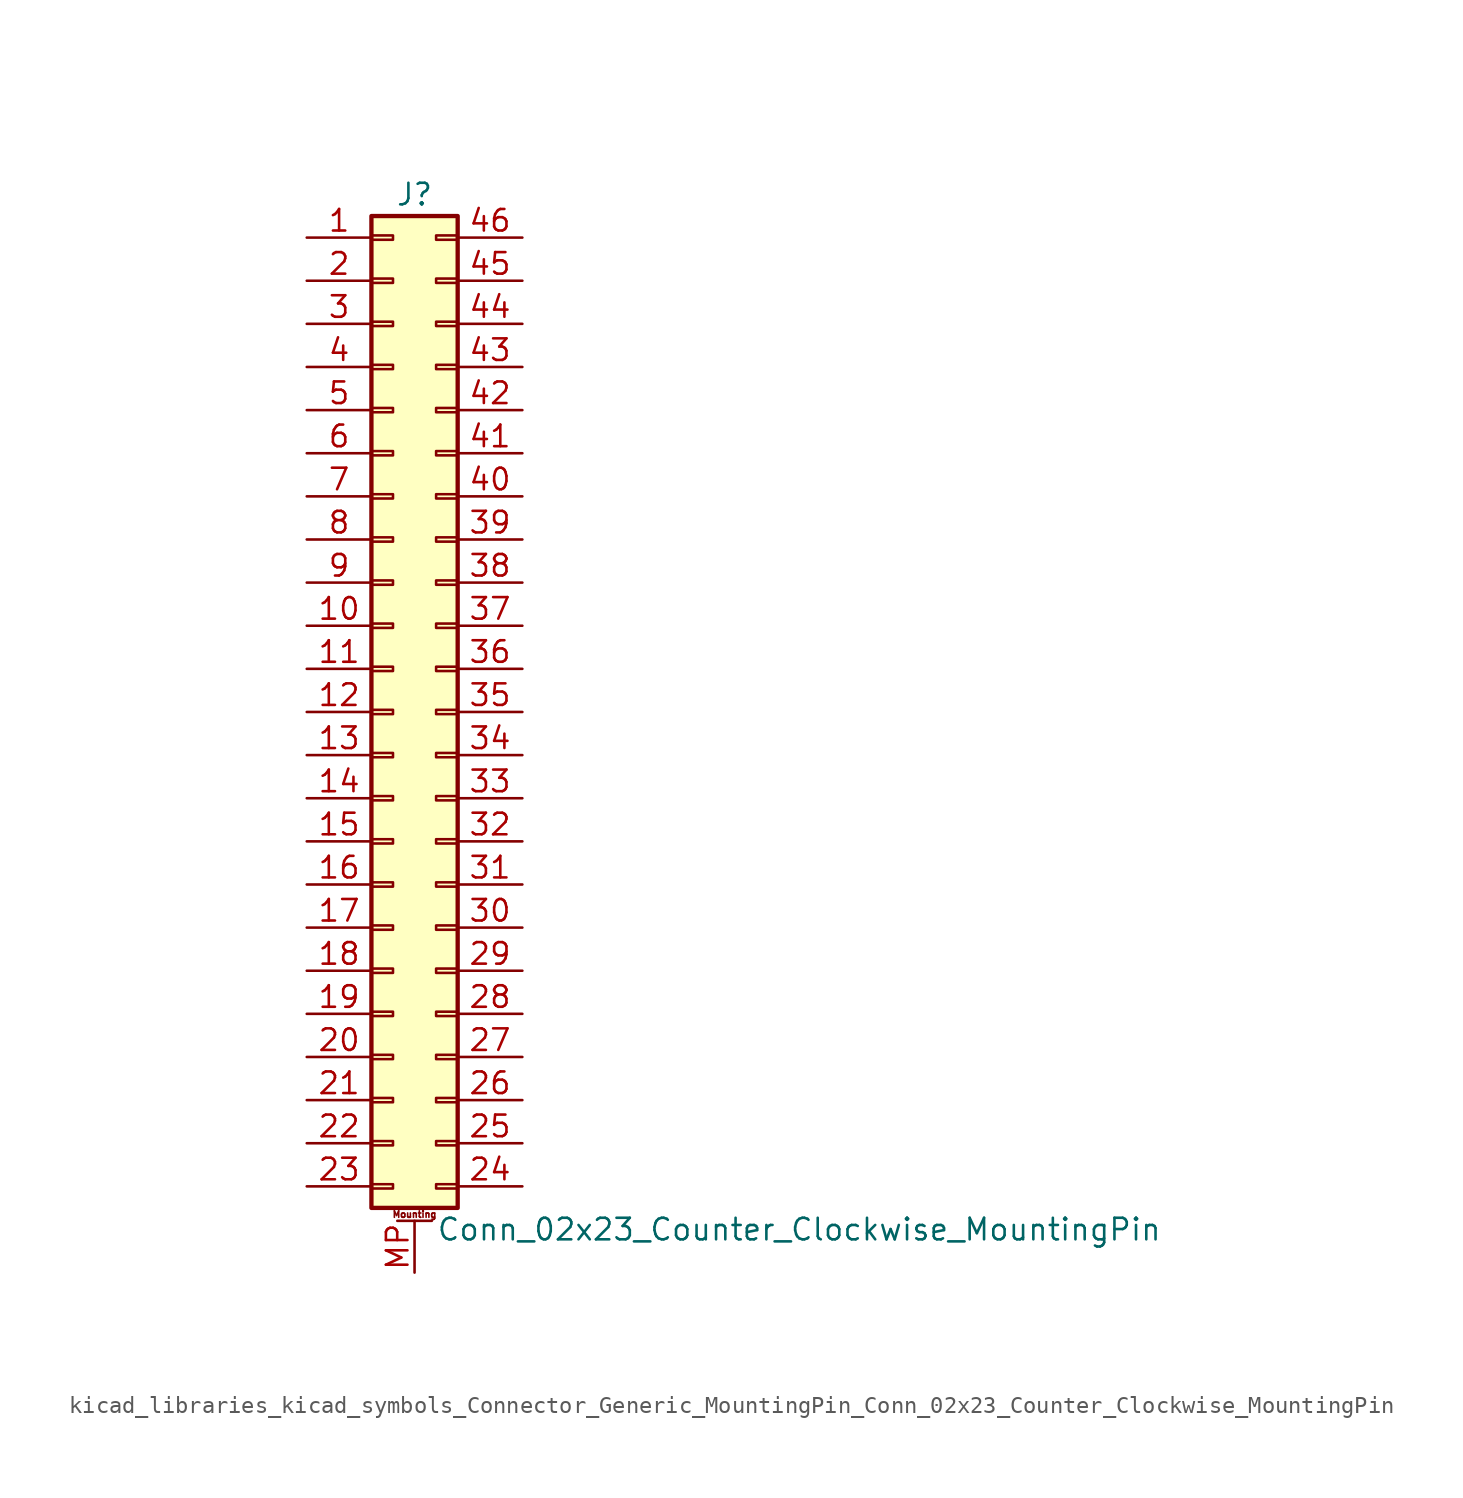
<source format=kicad_sym>
(kicad_symbol_lib
  (version 20220914)
  (generator kicad_symbol_editor)
  (symbol "kicad_libraries_kicad_symbols_Connector_Generic_MountingPin_Conn_02x23_Counter_Clockwise_MountingPin"
    (pin_names
      (offset 1.016) hide)
    (property "Reference" "J"
      (at 1.27 30.48 0)
      (effects (font (size 1.27 1.27))))
    (property "Value" "Conn_02x23_Counter_Clockwise_MountingPin"
      (at 2.54 -30.48 0)
      (effects (font (size 1.27 1.27)) (justify left)))
    (symbol "kicad_libraries_kicad_symbols_Connector_Generic_MountingPin_Conn_02x23_Counter_Clockwise_MountingPin_1_1"
      (rectangle (start -1.27 -27.813) (end 0 -28.067) (stroke (width 0.152) (type default)) (fill (type none)))
      (rectangle (start -1.27 -25.273) (end 0 -25.527) (stroke (width 0.152) (type default)) (fill (type none)))
      (rectangle (start -1.27 -22.733) (end 0 -22.987) (stroke (width 0.152) (type default)) (fill (type none)))
      (rectangle (start -1.27 -20.193) (end 0 -20.447) (stroke (width 0.152) (type default)) (fill (type none)))
      (rectangle (start -1.27 -17.653) (end 0 -17.907) (stroke (width 0.152) (type default)) (fill (type none)))
      (rectangle (start -1.27 -15.113) (end 0 -15.367) (stroke (width 0.152) (type default)) (fill (type none)))
      (rectangle (start -1.27 -12.573) (end 0 -12.827) (stroke (width 0.152) (type default)) (fill (type none)))
      (rectangle (start -1.27 -10.033) (end 0 -10.287) (stroke (width 0.152) (type default)) (fill (type none)))
      (rectangle (start -1.27 -7.493) (end 0 -7.747) (stroke (width 0.152) (type default)) (fill (type none)))
      (rectangle (start -1.27 -4.953) (end 0 -5.207) (stroke (width 0.152) (type default)) (fill (type none)))
      (rectangle (start -1.27 -2.413) (end 0 -2.667) (stroke (width 0.152) (type default)) (fill (type none)))
      (rectangle (start -1.27 0.127) (end 0 -0.127) (stroke (width 0.152) (type default)) (fill (type none)))
      (rectangle (start -1.27 2.667) (end 0 2.413) (stroke (width 0.152) (type default)) (fill (type none)))
      (rectangle (start -1.27 5.207) (end 0 4.953) (stroke (width 0.152) (type default)) (fill (type none)))
      (rectangle (start -1.27 7.747) (end 0 7.493) (stroke (width 0.152) (type default)) (fill (type none)))
      (rectangle (start -1.27 10.287) (end 0 10.033) (stroke (width 0.152) (type default)) (fill (type none)))
      (rectangle (start -1.27 12.827) (end 0 12.573) (stroke (width 0.152) (type default)) (fill (type none)))
      (rectangle (start -1.27 15.367) (end 0 15.113) (stroke (width 0.152) (type default)) (fill (type none)))
      (rectangle (start -1.27 17.907) (end 0 17.653) (stroke (width 0.152) (type default)) (fill (type none)))
      (rectangle (start -1.27 20.447) (end 0 20.193) (stroke (width 0.152) (type default)) (fill (type none)))
      (rectangle (start -1.27 22.987) (end 0 22.733) (stroke (width 0.152) (type default)) (fill (type none)))
      (rectangle (start -1.27 25.527) (end 0 25.273) (stroke (width 0.152) (type default)) (fill (type none)))
      (rectangle (start -1.27 28.067) (end 0 27.813) (stroke (width 0.152) (type default)) (fill (type none)))
      (rectangle (start -1.27 29.21) (end 3.81 -29.21) (stroke (width 0.254) (type default)) (fill (type background)))
      (polyline (pts (xy 0.254 -29.972) (xy 2.286 -29.972)) (stroke (width 0.152) (type default)) (fill (type none)))
      (rectangle (start 3.81 -27.813) (end 2.54 -28.067) (stroke (width 0.152) (type default)) (fill (type none)))
      (rectangle (start 3.81 -25.273) (end 2.54 -25.527) (stroke (width 0.152) (type default)) (fill (type none)))
      (rectangle (start 3.81 -22.733) (end 2.54 -22.987) (stroke (width 0.152) (type default)) (fill (type none)))
      (rectangle (start 3.81 -20.193) (end 2.54 -20.447) (stroke (width 0.152) (type default)) (fill (type none)))
      (rectangle (start 3.81 -17.653) (end 2.54 -17.907) (stroke (width 0.152) (type default)) (fill (type none)))
      (rectangle (start 3.81 -15.113) (end 2.54 -15.367) (stroke (width 0.152) (type default)) (fill (type none)))
      (rectangle (start 3.81 -12.573) (end 2.54 -12.827) (stroke (width 0.152) (type default)) (fill (type none)))
      (rectangle (start 3.81 -10.033) (end 2.54 -10.287) (stroke (width 0.152) (type default)) (fill (type none)))
      (rectangle (start 3.81 -7.493) (end 2.54 -7.747) (stroke (width 0.152) (type default)) (fill (type none)))
      (rectangle (start 3.81 -4.953) (end 2.54 -5.207) (stroke (width 0.152) (type default)) (fill (type none)))
      (rectangle (start 3.81 -2.413) (end 2.54 -2.667) (stroke (width 0.152) (type default)) (fill (type none)))
      (rectangle (start 3.81 0.127) (end 2.54 -0.127) (stroke (width 0.152) (type default)) (fill (type none)))
      (rectangle (start 3.81 2.667) (end 2.54 2.413) (stroke (width 0.152) (type default)) (fill (type none)))
      (rectangle (start 3.81 5.207) (end 2.54 4.953) (stroke (width 0.152) (type default)) (fill (type none)))
      (rectangle (start 3.81 7.747) (end 2.54 7.493) (stroke (width 0.152) (type default)) (fill (type none)))
      (rectangle (start 3.81 10.287) (end 2.54 10.033) (stroke (width 0.152) (type default)) (fill (type none)))
      (rectangle (start 3.81 12.827) (end 2.54 12.573) (stroke (width 0.152) (type default)) (fill (type none)))
      (rectangle (start 3.81 15.367) (end 2.54 15.113) (stroke (width 0.152) (type default)) (fill (type none)))
      (rectangle (start 3.81 17.907) (end 2.54 17.653) (stroke (width 0.152) (type default)) (fill (type none)))
      (rectangle (start 3.81 20.447) (end 2.54 20.193) (stroke (width 0.152) (type default)) (fill (type none)))
      (rectangle (start 3.81 22.987) (end 2.54 22.733) (stroke (width 0.152) (type default)) (fill (type none)))
      (rectangle (start 3.81 25.527) (end 2.54 25.273) (stroke (width 0.152) (type default)) (fill (type none)))
      (rectangle (start 3.81 28.067) (end 2.54 27.813) (stroke (width 0.152) (type default)) (fill (type none)))
      (text "Mounting" (at 1.27 -29.591 0) (effects (font (size 0.381 0.381))))
      (pin passive line (at -5.08 27.94 0) (length 3.81) (name "Pin_1" (effects (font (size 1.27 1.27)))) (number "1" (effects (font (size 1.27 1.27)))))
      (pin passive line (at -5.08 5.08 0) (length 3.81) (name "Pin_10" (effects (font (size 1.27 1.27)))) (number "10" (effects (font (size 1.27 1.27)))))
      (pin passive line (at -5.08 2.54 0) (length 3.81) (name "Pin_11" (effects (font (size 1.27 1.27)))) (number "11" (effects (font (size 1.27 1.27)))))
      (pin passive line (at -5.08 0 0) (length 3.81) (name "Pin_12" (effects (font (size 1.27 1.27)))) (number "12" (effects (font (size 1.27 1.27)))))
      (pin passive line (at -5.08 -2.54 0) (length 3.81) (name "Pin_13" (effects (font (size 1.27 1.27)))) (number "13" (effects (font (size 1.27 1.27)))))
      (pin passive line (at -5.08 -5.08 0) (length 3.81) (name "Pin_14" (effects (font (size 1.27 1.27)))) (number "14" (effects (font (size 1.27 1.27)))))
      (pin passive line (at -5.08 -7.62 0) (length 3.81) (name "Pin_15" (effects (font (size 1.27 1.27)))) (number "15" (effects (font (size 1.27 1.27)))))
      (pin passive line (at -5.08 -10.16 0) (length 3.81) (name "Pin_16" (effects (font (size 1.27 1.27)))) (number "16" (effects (font (size 1.27 1.27)))))
      (pin passive line (at -5.08 -12.7 0) (length 3.81) (name "Pin_17" (effects (font (size 1.27 1.27)))) (number "17" (effects (font (size 1.27 1.27)))))
      (pin passive line (at -5.08 -15.24 0) (length 3.81) (name "Pin_18" (effects (font (size 1.27 1.27)))) (number "18" (effects (font (size 1.27 1.27)))))
      (pin passive line (at -5.08 -17.78 0) (length 3.81) (name "Pin_19" (effects (font (size 1.27 1.27)))) (number "19" (effects (font (size 1.27 1.27)))))
      (pin passive line (at -5.08 25.4 0) (length 3.81) (name "Pin_2" (effects (font (size 1.27 1.27)))) (number "2" (effects (font (size 1.27 1.27)))))
      (pin passive line (at -5.08 -20.32 0) (length 3.81) (name "Pin_20" (effects (font (size 1.27 1.27)))) (number "20" (effects (font (size 1.27 1.27)))))
      (pin passive line (at -5.08 -22.86 0) (length 3.81) (name "Pin_21" (effects (font (size 1.27 1.27)))) (number "21" (effects (font (size 1.27 1.27)))))
      (pin passive line (at -5.08 -25.4 0) (length 3.81) (name "Pin_22" (effects (font (size 1.27 1.27)))) (number "22" (effects (font (size 1.27 1.27)))))
      (pin passive line (at -5.08 -27.94 0) (length 3.81) (name "Pin_23" (effects (font (size 1.27 1.27)))) (number "23" (effects (font (size 1.27 1.27)))))
      (pin passive line (at 7.62 -27.94 180) (length 3.81) (name "Pin_24" (effects (font (size 1.27 1.27)))) (number "24" (effects (font (size 1.27 1.27)))))
      (pin passive line (at 7.62 -25.4 180) (length 3.81) (name "Pin_25" (effects (font (size 1.27 1.27)))) (number "25" (effects (font (size 1.27 1.27)))))
      (pin passive line (at 7.62 -22.86 180) (length 3.81) (name "Pin_26" (effects (font (size 1.27 1.27)))) (number "26" (effects (font (size 1.27 1.27)))))
      (pin passive line (at 7.62 -20.32 180) (length 3.81) (name "Pin_27" (effects (font (size 1.27 1.27)))) (number "27" (effects (font (size 1.27 1.27)))))
      (pin passive line (at 7.62 -17.78 180) (length 3.81) (name "Pin_28" (effects (font (size 1.27 1.27)))) (number "28" (effects (font (size 1.27 1.27)))))
      (pin passive line (at 7.62 -15.24 180) (length 3.81) (name "Pin_29" (effects (font (size 1.27 1.27)))) (number "29" (effects (font (size 1.27 1.27)))))
      (pin passive line (at -5.08 22.86 0) (length 3.81) (name "Pin_3" (effects (font (size 1.27 1.27)))) (number "3" (effects (font (size 1.27 1.27)))))
      (pin passive line (at 7.62 -12.7 180) (length 3.81) (name "Pin_30" (effects (font (size 1.27 1.27)))) (number "30" (effects (font (size 1.27 1.27)))))
      (pin passive line (at 7.62 -10.16 180) (length 3.81) (name "Pin_31" (effects (font (size 1.27 1.27)))) (number "31" (effects (font (size 1.27 1.27)))))
      (pin passive line (at 7.62 -7.62 180) (length 3.81) (name "Pin_32" (effects (font (size 1.27 1.27)))) (number "32" (effects (font (size 1.27 1.27)))))
      (pin passive line (at 7.62 -5.08 180) (length 3.81) (name "Pin_33" (effects (font (size 1.27 1.27)))) (number "33" (effects (font (size 1.27 1.27)))))
      (pin passive line (at 7.62 -2.54 180) (length 3.81) (name "Pin_34" (effects (font (size 1.27 1.27)))) (number "34" (effects (font (size 1.27 1.27)))))
      (pin passive line (at 7.62 0 180) (length 3.81) (name "Pin_35" (effects (font (size 1.27 1.27)))) (number "35" (effects (font (size 1.27 1.27)))))
      (pin passive line (at 7.62 2.54 180) (length 3.81) (name "Pin_36" (effects (font (size 1.27 1.27)))) (number "36" (effects (font (size 1.27 1.27)))))
      (pin passive line (at 7.62 5.08 180) (length 3.81) (name "Pin_37" (effects (font (size 1.27 1.27)))) (number "37" (effects (font (size 1.27 1.27)))))
      (pin passive line (at 7.62 7.62 180) (length 3.81) (name "Pin_38" (effects (font (size 1.27 1.27)))) (number "38" (effects (font (size 1.27 1.27)))))
      (pin passive line (at 7.62 10.16 180) (length 3.81) (name "Pin_39" (effects (font (size 1.27 1.27)))) (number "39" (effects (font (size 1.27 1.27)))))
      (pin passive line (at -5.08 20.32 0) (length 3.81) (name "Pin_4" (effects (font (size 1.27 1.27)))) (number "4" (effects (font (size 1.27 1.27)))))
      (pin passive line (at 7.62 12.7 180) (length 3.81) (name "Pin_40" (effects (font (size 1.27 1.27)))) (number "40" (effects (font (size 1.27 1.27)))))
      (pin passive line (at 7.62 15.24 180) (length 3.81) (name "Pin_41" (effects (font (size 1.27 1.27)))) (number "41" (effects (font (size 1.27 1.27)))))
      (pin passive line (at 7.62 17.78 180) (length 3.81) (name "Pin_42" (effects (font (size 1.27 1.27)))) (number "42" (effects (font (size 1.27 1.27)))))
      (pin passive line (at 7.62 20.32 180) (length 3.81) (name "Pin_43" (effects (font (size 1.27 1.27)))) (number "43" (effects (font (size 1.27 1.27)))))
      (pin passive line (at 7.62 22.86 180) (length 3.81) (name "Pin_44" (effects (font (size 1.27 1.27)))) (number "44" (effects (font (size 1.27 1.27)))))
      (pin passive line (at 7.62 25.4 180) (length 3.81) (name "Pin_45" (effects (font (size 1.27 1.27)))) (number "45" (effects (font (size 1.27 1.27)))))
      (pin passive line (at 7.62 27.94 180) (length 3.81) (name "Pin_46" (effects (font (size 1.27 1.27)))) (number "46" (effects (font (size 1.27 1.27)))))
      (pin passive line (at -5.08 17.78 0) (length 3.81) (name "Pin_5" (effects (font (size 1.27 1.27)))) (number "5" (effects (font (size 1.27 1.27)))))
      (pin passive line (at -5.08 15.24 0) (length 3.81) (name "Pin_6" (effects (font (size 1.27 1.27)))) (number "6" (effects (font (size 1.27 1.27)))))
      (pin passive line (at -5.08 12.7 0) (length 3.81) (name "Pin_7" (effects (font (size 1.27 1.27)))) (number "7" (effects (font (size 1.27 1.27)))))
      (pin passive line (at -5.08 10.16 0) (length 3.81) (name "Pin_8" (effects (font (size 1.27 1.27)))) (number "8" (effects (font (size 1.27 1.27)))))
      (pin passive line (at -5.08 7.62 0) (length 3.81) (name "Pin_9" (effects (font (size 1.27 1.27)))) (number "9" (effects (font (size 1.27 1.27)))))
      (pin passive line (at 1.27 -33.02 90) (length 3.048) (name "MountPin" (effects (font (size 1.27 1.27)))) (number "MP" (effects (font (size 1.27 1.27))))))))
</source>
